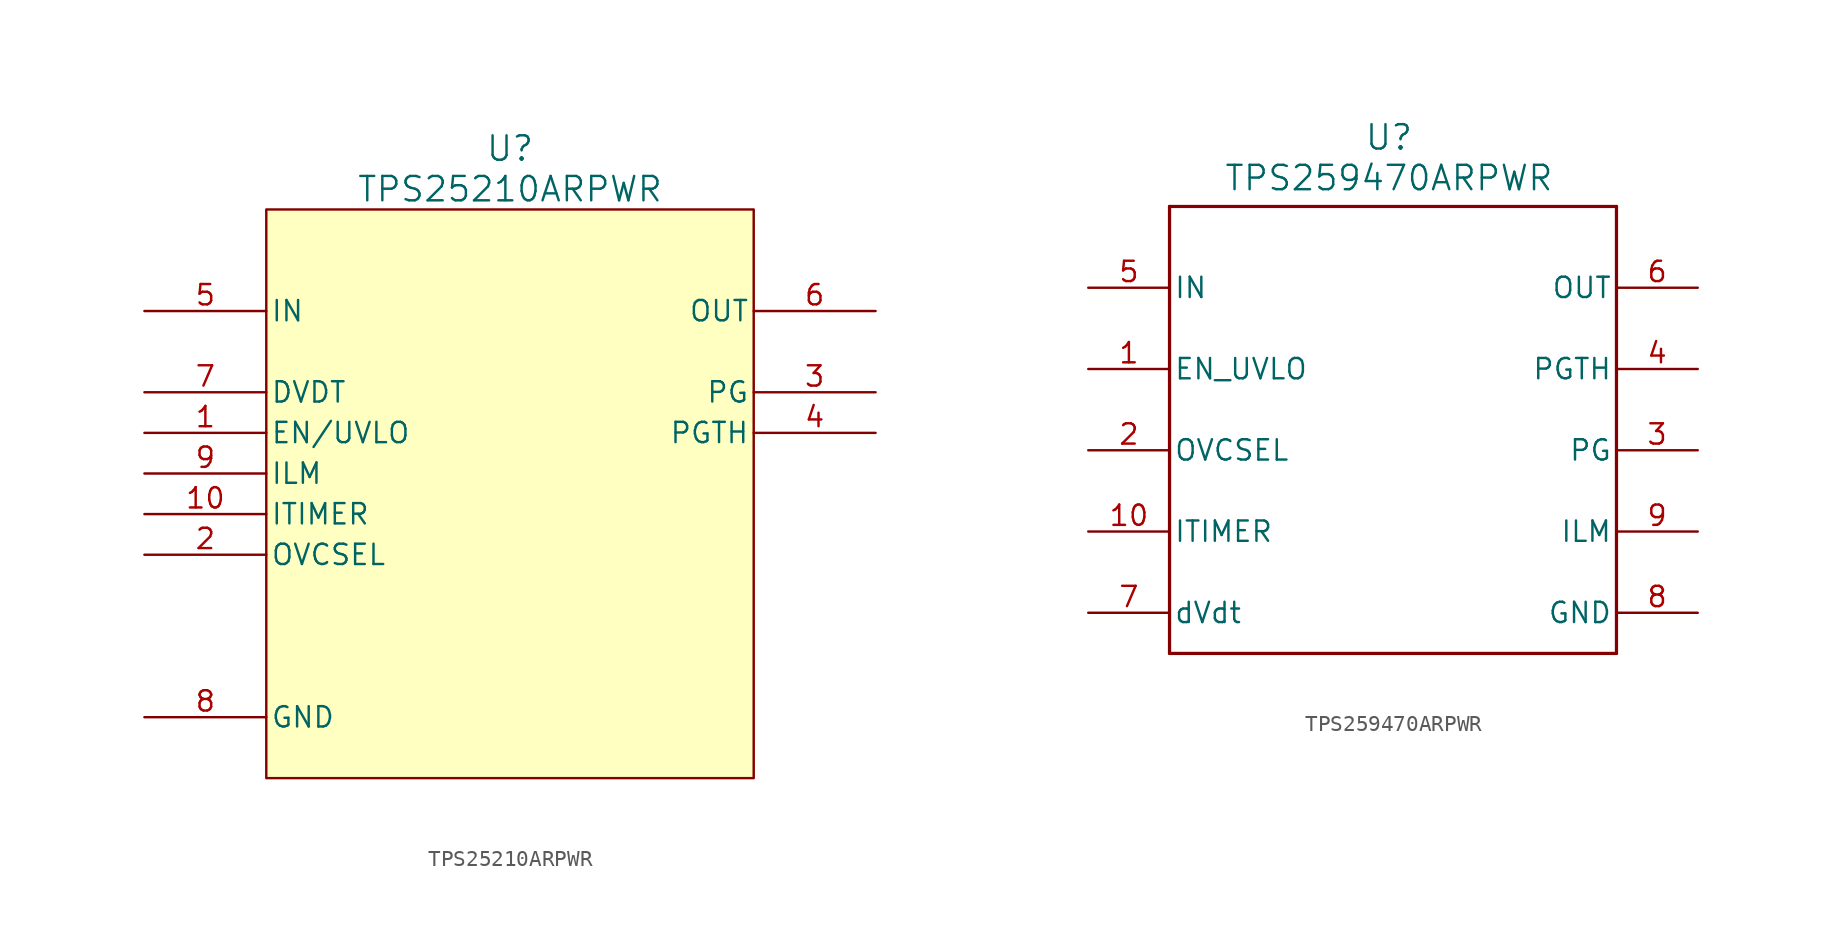
<source format=kicad_sym>
(kicad_symbol_lib
  (version 20231120)
  (generator "kicad_symbol_editor")
  (generator_version "8.0")
  (symbol "TPS25210ARPWR"
    (pin_names
      (offset 0.254))
    (property "Reference" "U"
      (at 22.86 10.16 0)
      (effects (font (size 1.524 1.524))))
    (property "Value" "TPS25210ARPWR"
      (at 22.86 7.62 0)
      (effects (font (size 1.524 1.524))))
    (property "ki_locked" ""
      (at 0 0 0)
      (effects (font (size 1.27 1.27))))
    (symbol "TPS25210ARPWR_0_1"
      (pin unspecified line (at 0 -7.62 0) (length 7.62) (name "EN/UVLO" (effects (font (size 1.27 1.27)))) (number "1" (effects (font (size 1.27 1.27)))))
      (pin unspecified line (at 0 -12.7 0) (length 7.62) (name "ITIMER" (effects (font (size 1.27 1.27)))) (number "10" (effects (font (size 1.27 1.27)))))
      (pin unspecified line (at 0 -15.24 0) (length 7.62) (name "OVCSEL" (effects (font (size 1.27 1.27)))) (number "2" (effects (font (size 1.27 1.27)))))
      (pin unspecified line (at 45.72 -5.08 180) (length 7.62) (name "PG" (effects (font (size 1.27 1.27)))) (number "3" (effects (font (size 1.27 1.27)))))
      (pin unspecified line (at 45.72 -7.62 180) (length 7.62) (name "PGTH" (effects (font (size 1.27 1.27)))) (number "4" (effects (font (size 1.27 1.27)))))
      (pin input line (at 0 0 0) (length 7.62) (name "IN" (effects (font (size 1.27 1.27)))) (number "5" (effects (font (size 1.27 1.27)))))
      (pin output line (at 45.72 0 180) (length 7.62) (name "OUT" (effects (font (size 1.27 1.27)))) (number "6" (effects (font (size 1.27 1.27)))))
      (pin unspecified line (at 0 -5.08 0) (length 7.62) (name "DVDT" (effects (font (size 1.27 1.27)))) (number "7" (effects (font (size 1.27 1.27)))))
      (pin power_out line (at 0 -25.4 0) (length 7.62) (name "GND" (effects (font (size 1.27 1.27)))) (number "8" (effects (font (size 1.27 1.27)))))
      (pin unspecified line (at 0 -10.16 0) (length 7.62) (name "ILM" (effects (font (size 1.27 1.27)))) (number "9" (effects (font (size 1.27 1.27))))))
    (symbol "TPS25210ARPWR_1_1"
      (rectangle (start 7.62 6.35) (end 38.1 -29.21) (stroke (width 0) (type default)) (fill (type background)))))
  (symbol "TPS259470ARPWR"
    (pin_names
      (offset 0.254))
    (property "Reference" "U"
      (at 18.796 9.398 0)
      (effects (font (size 1.524 1.524))))
    (property "Value" "TPS259470ARPWR"
      (at 18.796 6.858 0)
      (effects (font (size 1.524 1.524))))
    (property "ki_locked" ""
      (at 0 0 0)
      (effects (font (size 1.27 1.27))))
    (symbol "TPS259470ARPWR_0_1"
      (polyline (pts (xy 5.08 -22.86) (xy 33.02 -22.86)) (stroke (width 0.203) (type default)) (fill (type none)))
      (polyline (pts (xy 5.08 5.08) (xy 5.08 -22.86)) (stroke (width 0.203) (type default)) (fill (type none)))
      (polyline (pts (xy 33.02 -22.86) (xy 33.02 5.08)) (stroke (width 0.203) (type default)) (fill (type none)))
      (polyline (pts (xy 33.02 5.08) (xy 5.08 5.08)) (stroke (width 0.203) (type default)) (fill (type none)))
      (pin input line (at 0 -5.08 0) (length 5.08) (name "EN_UVLO" (effects (font (size 1.27 1.27)))) (number "1" (effects (font (size 1.27 1.27)))))
      (pin output line (at 0 -15.24 0) (length 5.08) (name "ITIMER" (effects (font (size 1.27 1.27)))) (number "10" (effects (font (size 1.27 1.27)))))
      (pin input line (at 0 -10.16 0) (length 5.08) (name "OVCSEL" (effects (font (size 1.27 1.27)))) (number "2" (effects (font (size 1.27 1.27)))))
      (pin output line (at 38.1 -10.16 180) (length 5.08) (name "PG" (effects (font (size 1.27 1.27)))) (number "3" (effects (font (size 1.27 1.27)))))
      (pin input line (at 38.1 -5.08 180) (length 5.08) (name "PGTH" (effects (font (size 1.27 1.27)))) (number "4" (effects (font (size 1.27 1.27)))))
      (pin power_in line (at 0 0 0) (length 5.08) (name "IN" (effects (font (size 1.27 1.27)))) (number "5" (effects (font (size 1.27 1.27)))))
      (pin power_in line (at 38.1 0 180) (length 5.08) (name "OUT" (effects (font (size 1.27 1.27)))) (number "6" (effects (font (size 1.27 1.27)))))
      (pin output line (at 0 -20.32 0) (length 5.08) (name "dVdt" (effects (font (size 1.27 1.27)))) (number "7" (effects (font (size 1.27 1.27)))))
      (pin power_in line (at 38.1 -20.32 180) (length 5.08) (name "GND" (effects (font (size 1.27 1.27)))) (number "8" (effects (font (size 1.27 1.27)))))
      (pin output line (at 38.1 -15.24 180) (length 5.08) (name "ILM" (effects (font (size 1.27 1.27)))) (number "9" (effects (font (size 1.27 1.27))))))))
</source>
